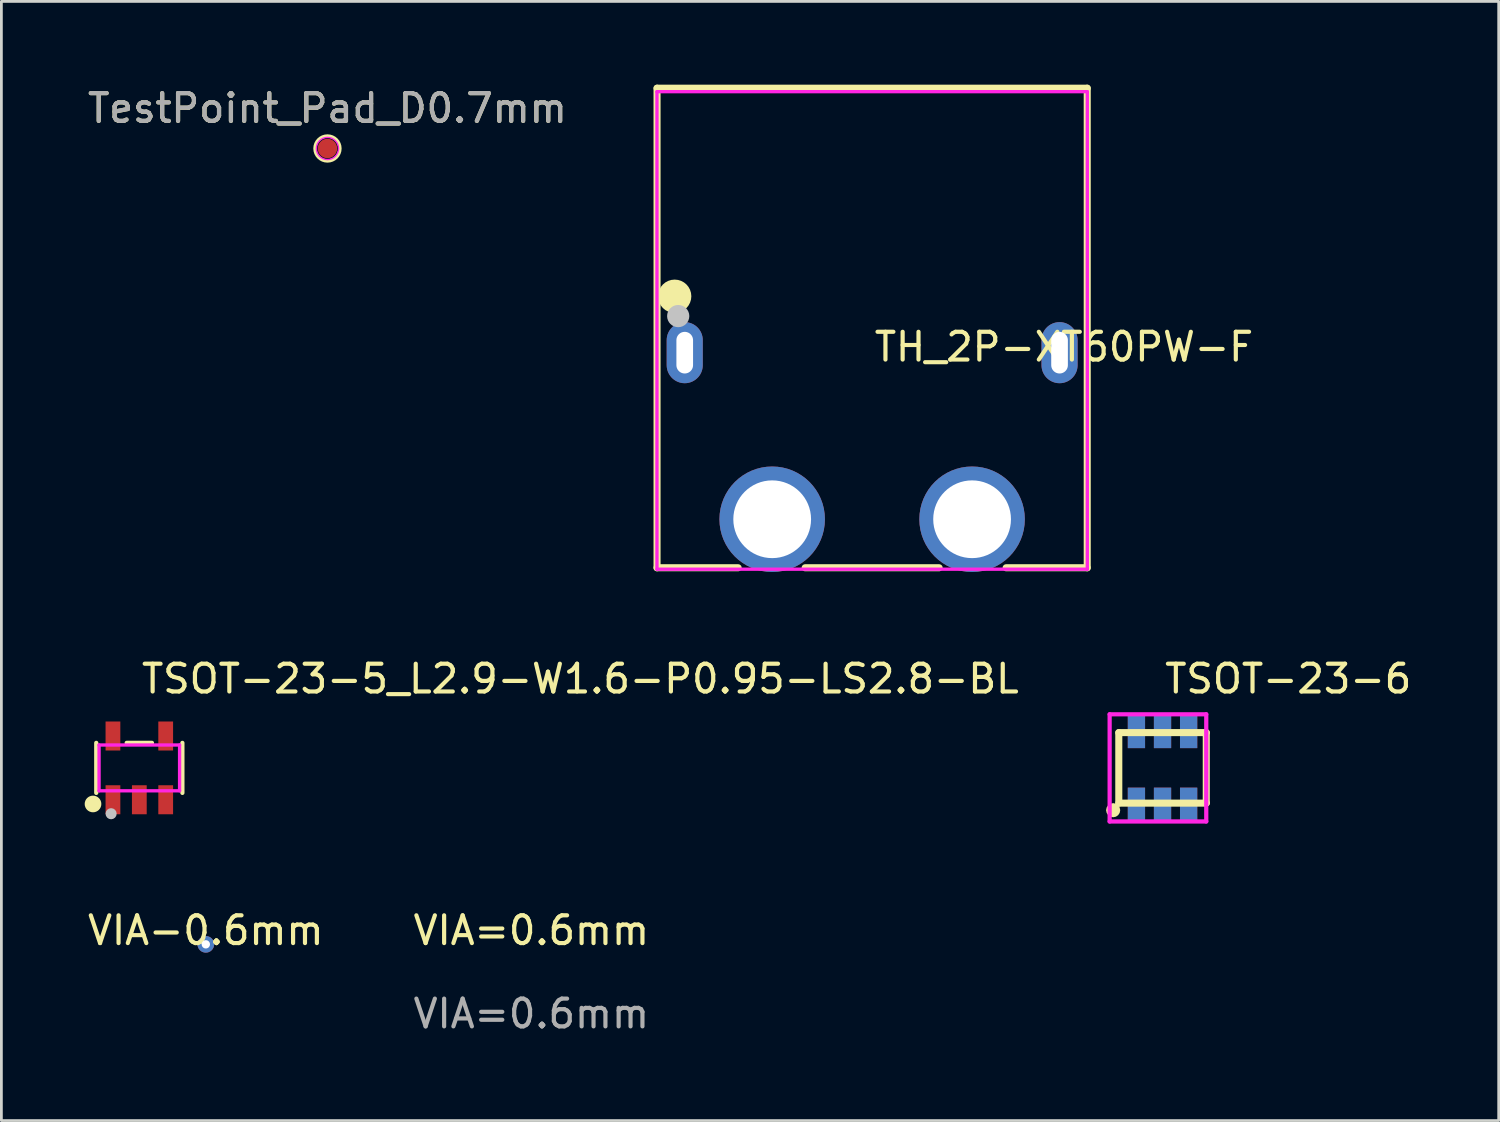
<source format=kicad_pcb>
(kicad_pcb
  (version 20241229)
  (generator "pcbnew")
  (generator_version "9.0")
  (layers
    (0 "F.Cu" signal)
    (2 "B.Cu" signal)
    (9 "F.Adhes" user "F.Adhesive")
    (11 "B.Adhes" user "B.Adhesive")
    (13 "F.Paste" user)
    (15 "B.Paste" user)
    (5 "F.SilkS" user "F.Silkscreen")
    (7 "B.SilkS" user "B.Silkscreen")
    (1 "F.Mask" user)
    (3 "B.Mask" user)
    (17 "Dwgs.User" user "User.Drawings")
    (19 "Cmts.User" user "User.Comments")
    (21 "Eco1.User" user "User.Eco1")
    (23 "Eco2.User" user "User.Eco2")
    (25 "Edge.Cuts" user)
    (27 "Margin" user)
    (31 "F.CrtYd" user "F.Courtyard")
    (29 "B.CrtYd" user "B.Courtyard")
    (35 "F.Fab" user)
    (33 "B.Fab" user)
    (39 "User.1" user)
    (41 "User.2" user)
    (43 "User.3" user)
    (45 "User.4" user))
  (footprint "TH_2P-XT60PW-F"
    (layer "F.Cu")
    (at 28.362 12.652)
    (property "Reference" "TH_2P-XT60PW-F" (at 0 -3.207 0) (layer "F.SilkS") (effects (font (size 1 1) (thickness 0.15)) (justify left)))
    (attr through_hole)
    (fp_line (start -7.747 -12.525) (end -7.747 4.747) (stroke (width 0.254) (type solid)) (layer "F.SilkS"))
    (fp_line (start -7.747 4.747) (end -4.826 4.747) (stroke (width 0.254) (type solid)) (layer "F.SilkS"))
    (fp_line (start -2.413 4.747) (end 2.413 4.747) (stroke (width 0.254) (type solid)) (layer "F.SilkS"))
    (fp_line (start 4.826 4.747) (end 7.747 4.747) (stroke (width 0.254) (type solid)) (layer "F.SilkS"))
    (fp_line (start 7.747 -12.525) (end -7.747 -12.525) (stroke (width 0.254) (type solid)) (layer "F.SilkS"))
    (fp_line (start 7.747 4.747) (end 7.747 -12.525) (stroke (width 0.254) (type solid)) (layer "F.SilkS"))
    (fp_circle (center -7.112 -5.032) (end -6.812 -5.032) (stroke (width 0.6) (type solid)) (fill no) (layer "F.SilkS"))
    (fp_circle (center -6.985 -4.318) (end -6.785 -4.318) (stroke (width 0.4) (type solid)) (fill no) (layer "Dwgs.User"))
    (fp_circle (center -7.75 -12.4) (end -7.72 -12.4) (stroke (width 0.06) (type solid)) (fill no) (layer "Eco2.User"))
    (fp_circle (center -3.6 3) (end -2.975 3) (stroke (width 1.25) (type solid)) (fill no) (layer "Eco2.User"))
    (fp_circle (center 3.6 3) (end 4.225 3) (stroke (width 1.25) (type solid)) (fill no) (layer "Eco2.User"))
    (fp_poly (pts (xy -6.575 -3.55) (xy -6.575 -2.45) (xy -6.925 -2.45) (xy -6.925 -3.55)) (stroke (width 0.12) (type solid)) (fill no) (layer "Eco2.User"))
    (fp_poly (pts (xy 6.925 -3.55) (xy 6.925 -2.45) (xy 6.575 -2.45) (xy 6.575 -3.55)) (stroke (width 0.12) (type solid)) (fill no) (layer "Eco2.User"))
    (fp_line (start -7.75 -12.4) (end 7.75 -12.4) (stroke (width 0.12) (type solid)) (layer "F.CrtYd"))
    (fp_line (start -7.75 4.8) (end -7.75 -12.4) (stroke (width 0.12) (type solid)) (layer "F.CrtYd"))
    (fp_line (start 7.75 -12.4) (end 7.75 4.8) (stroke (width 0.12) (type solid)) (layer "F.CrtYd"))
    (fp_line (start 7.75 4.8) (end -7.75 4.8) (stroke (width 0.12) (type solid)) (layer "F.CrtYd"))
    (pad "1" thru_hole oval (at -6.75 -3 90) (size 2.2 1.3) (drill oval 1.5 0.6) (layers "*.Cu" "*.Mask"))
    (pad "2" thru_hole oval (at 6.75 -3 90) (size 2.2 1.3) (drill oval 1.5 0.6) (layers "*.Cu" "*.Mask"))
    (pad "3" thru_hole circle (at -3.6 3) (size 3.8 3.8) (drill 2.8) (layers "*.Cu" "*.Mask"))
    (pad "4" thru_hole circle (at 3.6 3) (size 3.8 3.8) (drill 2.8) (layers "*.Cu" "*.Mask")))
  (footprint "TestPoint_Pad_D0.7mm"
    (layer "F.Cu")
    (at 8.744 2.298)
    (property "Reference" "TestPoint_Pad_D0.7mm" (at 0 -1.448 0) (layer "F.SilkS") (effects (font (size 1 1) (thickness 0.15))))
    (attr exclude_from_pos_files exclude_from_bom)
    (fp_circle (center 0 0) (end 0.45 0) (stroke (width 0.12) (type solid)) (fill no) (layer "F.SilkS"))
    (fp_circle (center 0 0) (end 0.4 0) (stroke (width 0.05) (type solid)) (fill no) (layer "F.CrtYd"))
    (fp_text user "${REFERENCE}" (at 0 -1.45 0) (layer "F.Fab") (effects (font (size 1 1) (thickness 0.15))))
    (pad "1" smd circle (at 0 0) (size 0.7 0.7) (layers "F.Cu" "F.Mask")))
  (footprint "TSOT-23-6"
    (layer "F.Cu")
    (at 38.821 24.607)
    (property "Reference" "TSOT-23-6" (at 0 -3.207 0) (layer "F.SilkS") (effects (font (size 1 1) (thickness 0.15)) (justify left)))
    (attr through_hole)
    (fp_line (start -1.575 -1.27) (end 1.575 -1.27) (stroke (width 0.254) (type solid)) (layer "F.SilkS"))
    (fp_line (start -1.575 1.27) (end -1.575 -1.27) (stroke (width 0.254) (type solid)) (layer "F.SilkS"))
    (fp_line (start 1.575 -1.27) (end 1.575 1.27) (stroke (width 0.254) (type solid)) (layer "F.SilkS"))
    (fp_line (start 1.575 1.27) (end -1.575 1.27) (stroke (width 0.254) (type solid)) (layer "F.SilkS"))
    (fp_circle (center -1.778 1.524) (end -1.651 1.524) (stroke (width 0.254) (type solid)) (fill no) (layer "F.SilkS"))
    (fp_line (start -1.905 -1.93) (end 1.575 -1.93) (stroke (width 0.152) (type solid)) (layer "F.CrtYd"))
    (fp_line (start -1.905 1.93) (end -1.905 -1.93) (stroke (width 0.152) (type solid)) (layer "F.CrtYd"))
    (fp_line (start 1.575 -1.93) (end 1.575 1.93) (stroke (width 0.152) (type solid)) (layer "F.CrtYd"))
    (fp_line (start 1.575 1.93) (end -1.905 1.93) (stroke (width 0.152) (type solid)) (layer "F.CrtYd"))
    (pad "1" thru_hole rect (at -0.94 1.321 270) (size 1.219 0.622) (layers "F.Cu" "F.Mask" "F.Paste"))
    (pad "2" thru_hole rect (at 0 1.321 270) (size 1.219 0.622) (layers "F.Cu" "F.Mask" "F.Paste"))
    (pad "3" thru_hole rect (at 0.94 1.321 270) (size 1.219 0.622) (layers "F.Cu" "F.Mask" "F.Paste"))
    (pad "4" thru_hole rect (at 0.94 -1.321 90) (size 1.219 0.622) (layers "F.Cu" "F.Mask" "F.Paste"))
    (pad "5" thru_hole rect (at 0 -1.321 90) (size 1.219 0.622) (layers "F.Cu" "F.Mask" "F.Paste"))
    (pad "6" thru_hole rect (at -0.94 -1.321 90) (size 1.219 0.622) (layers "F.Cu" "F.Mask" "F.Paste")))
  (footprint "VIA=0.6mm"
    (layer "F.Cu")
    (at 16.089 30.962)
    (property "Reference" "VIA=0.6mm" (at 0 -0.5 0) (unlocked yes) (layer "F.SilkS") (effects (font (size 1 1) (thickness 0.15))))
    (fp_text user "${REFERENCE}" (at 0 2.5 0) (unlocked yes) (layer "F.Fab") (effects (font (size 1 1) (thickness 0.15)))))
  (footprint "VIA-0.6mm"
    (layer "F.Cu")
    (at 4.363 30.962)
    (property "Reference" "VIA-0.6mm" (at 0 -0.5 0) (unlocked yes) (layer "F.SilkS") (effects (font (size 1 1) (thickness 0.15))))
    (attr through_hole)
    (pad "1" thru_hole circle (at 0 0) (size 0.6 0.6) (drill 0.3) (layers "*.Cu")))
  (footprint "TSOT-23-5_L2.9-W1.6-P0.95-LS2.8-BL"
    (layer "F.Cu")
    (at 1.968 24.607)
    (property "Reference" "TSOT-23-5_L2.9-W1.6-P0.95-LS2.8-BL" (at 0 -3.207 0) (layer "F.SilkS") (effects (font (size 1 1) (thickness 0.15)) (justify left)))
    (attr through_hole)
    (fp_line (start -1.551 0.901) (end -1.551 -0.901) (stroke (width 0.152) (type solid)) (layer "F.SilkS"))
    (fp_line (start 0.455 -0.901) (end -0.455 -0.901) (stroke (width 0.152) (type solid)) (layer "F.SilkS"))
    (fp_line (start 1.551 0.901) (end 1.551 -0.901) (stroke (width 0.152) (type solid)) (layer "F.SilkS"))
    (fp_circle (center -1.668 1.3) (end -1.518 1.3) (stroke (width 0.3) (type solid)) (fill no) (layer "F.SilkS"))
    (fp_circle (center -1.016 1.651) (end -0.916 1.651) (stroke (width 0.2) (type solid)) (fill no) (layer "Dwgs.User"))
    (fp_line (start -1.163 -0.96) (end -0.737 -0.96) (stroke (width 0.12) (type solid)) (layer "Eco2.User"))
    (fp_line (start -1.163 -0.815) (end -1.163 -0.96) (stroke (width 0.12) (type solid)) (layer "Eco2.User"))
    (fp_line (start -1.163 0.815) (end -0.737 0.815) (stroke (width 0.12) (type solid)) (layer "Eco2.User"))
    (fp_line (start -1.163 0.96) (end -1.163 0.815) (stroke (width 0.12) (type solid)) (layer "Eco2.User"))
    (fp_line (start -0.737 -0.96) (end -0.737 -0.815) (stroke (width 0.12) (type solid)) (layer "Eco2.User"))
    (fp_line (start -0.737 -0.815) (end -1.163 -0.815) (stroke (width 0.12) (type solid)) (layer "Eco2.User"))
    (fp_line (start -0.737 0.815) (end -0.737 0.96) (stroke (width 0.12) (type solid)) (layer "Eco2.User"))
    (fp_line (start -0.737 0.96) (end -1.163 0.96) (stroke (width 0.12) (type solid)) (layer "Eco2.User"))
    (fp_line (start -0.212 0.815) (end 0.212 0.815) (stroke (width 0.12) (type solid)) (layer "Eco2.User"))
    (fp_line (start -0.212 0.96) (end -0.212 0.815) (stroke (width 0.12) (type solid)) (layer "Eco2.User"))
    (fp_line (start 0.212 0.815) (end 0.212 0.96) (stroke (width 0.12) (type solid)) (layer "Eco2.User"))
    (fp_line (start 0.212 0.96) (end -0.212 0.96) (stroke (width 0.12) (type solid)) (layer "Eco2.User"))
    (fp_line (start 0.737 -0.96) (end 1.163 -0.96) (stroke (width 0.12) (type solid)) (layer "Eco2.User"))
    (fp_line (start 0.737 -0.815) (end 0.737 -0.96) (stroke (width 0.12) (type solid)) (layer "Eco2.User"))
    (fp_line (start 0.737 0.815) (end 1.163 0.815) (stroke (width 0.12) (type solid)) (layer "Eco2.User"))
    (fp_line (start 0.737 0.96) (end 0.737 0.815) (stroke (width 0.12) (type solid)) (layer "Eco2.User"))
    (fp_line (start 1.163 -0.96) (end 1.163 -0.815) (stroke (width 0.12) (type solid)) (layer "Eco2.User"))
    (fp_line (start 1.163 -0.815) (end 0.737 -0.815) (stroke (width 0.12) (type solid)) (layer "Eco2.User"))
    (fp_line (start 1.163 0.815) (end 1.163 0.96) (stroke (width 0.12) (type solid)) (layer "Eco2.User"))
    (fp_line (start 1.163 0.96) (end 0.737 0.96) (stroke (width 0.12) (type solid)) (layer "Eco2.User"))
    (fp_circle (center -1.45 1.4) (end -1.42 1.4) (stroke (width 0.06) (type solid)) (fill no) (layer "Eco2.User"))
    (fp_poly (pts (xy -1.163 -0.95) (xy -0.737 -0.95) (xy -0.737 -1.4) (xy -1.163 -1.4)) (stroke (width 0.12) (type solid)) (fill no) (layer "Eco2.User"))
    (fp_poly (pts (xy -1.163 0.95) (xy -0.737 0.95) (xy -0.737 1.4) (xy -1.163 1.4)) (stroke (width 0.12) (type solid)) (fill no) (layer "Eco2.User"))
    (fp_poly (pts (xy -0.212 0.95) (xy 0.212 0.95) (xy 0.212 1.4) (xy -0.212 1.4)) (stroke (width 0.12) (type solid)) (fill no) (layer "Eco2.User"))
    (fp_poly (pts (xy 0.737 -0.95) (xy 1.163 -0.95) (xy 1.163 -1.4) (xy 0.737 -1.4)) (stroke (width 0.12) (type solid)) (fill no) (layer "Eco2.User"))
    (fp_poly (pts (xy 0.737 0.95) (xy 1.163 0.95) (xy 1.163 1.4) (xy 0.737 1.4)) (stroke (width 0.12) (type solid)) (fill no) (layer "Eco2.User"))
    (fp_line (start -1.45 -0.825) (end 1.45 -0.825) (stroke (width 0.12) (type solid)) (layer "F.CrtYd"))
    (fp_line (start -1.45 0.825) (end -1.45 -0.825) (stroke (width 0.12) (type solid)) (layer "F.CrtYd"))
    (fp_line (start 1.45 -0.825) (end 1.45 0.825) (stroke (width 0.12) (type solid)) (layer "F.CrtYd"))
    (fp_line (start 1.45 0.825) (end -1.45 0.825) (stroke (width 0.12) (type solid)) (layer "F.CrtYd"))
    (pad "1" smd rect (at -0.95 1.148) (size 0.532 1.045) (layers "F.Cu" "F.Mask" "F.Paste"))
    (pad "2" smd rect (at 0 1.148) (size 0.532 1.045) (layers "F.Cu" "F.Mask" "F.Paste"))
    (pad "3" smd rect (at 0.95 1.148) (size 0.532 1.045) (layers "F.Cu" "F.Mask" "F.Paste"))
    (pad "4" smd rect (at 0.95 -1.148) (size 0.532 1.045) (layers "F.Cu" "F.Mask" "F.Paste"))
    (pad "5" smd rect (at -0.95 -1.148) (size 0.532 1.045) (layers "F.Cu" "F.Mask" "F.Paste")))
  (gr_rect
    (start -3 -3)
    (end 50.929 37.31)
    (stroke (width 0.1) (type default))
    (fill no)
    (layer "Edge.Cuts")))
</source>
